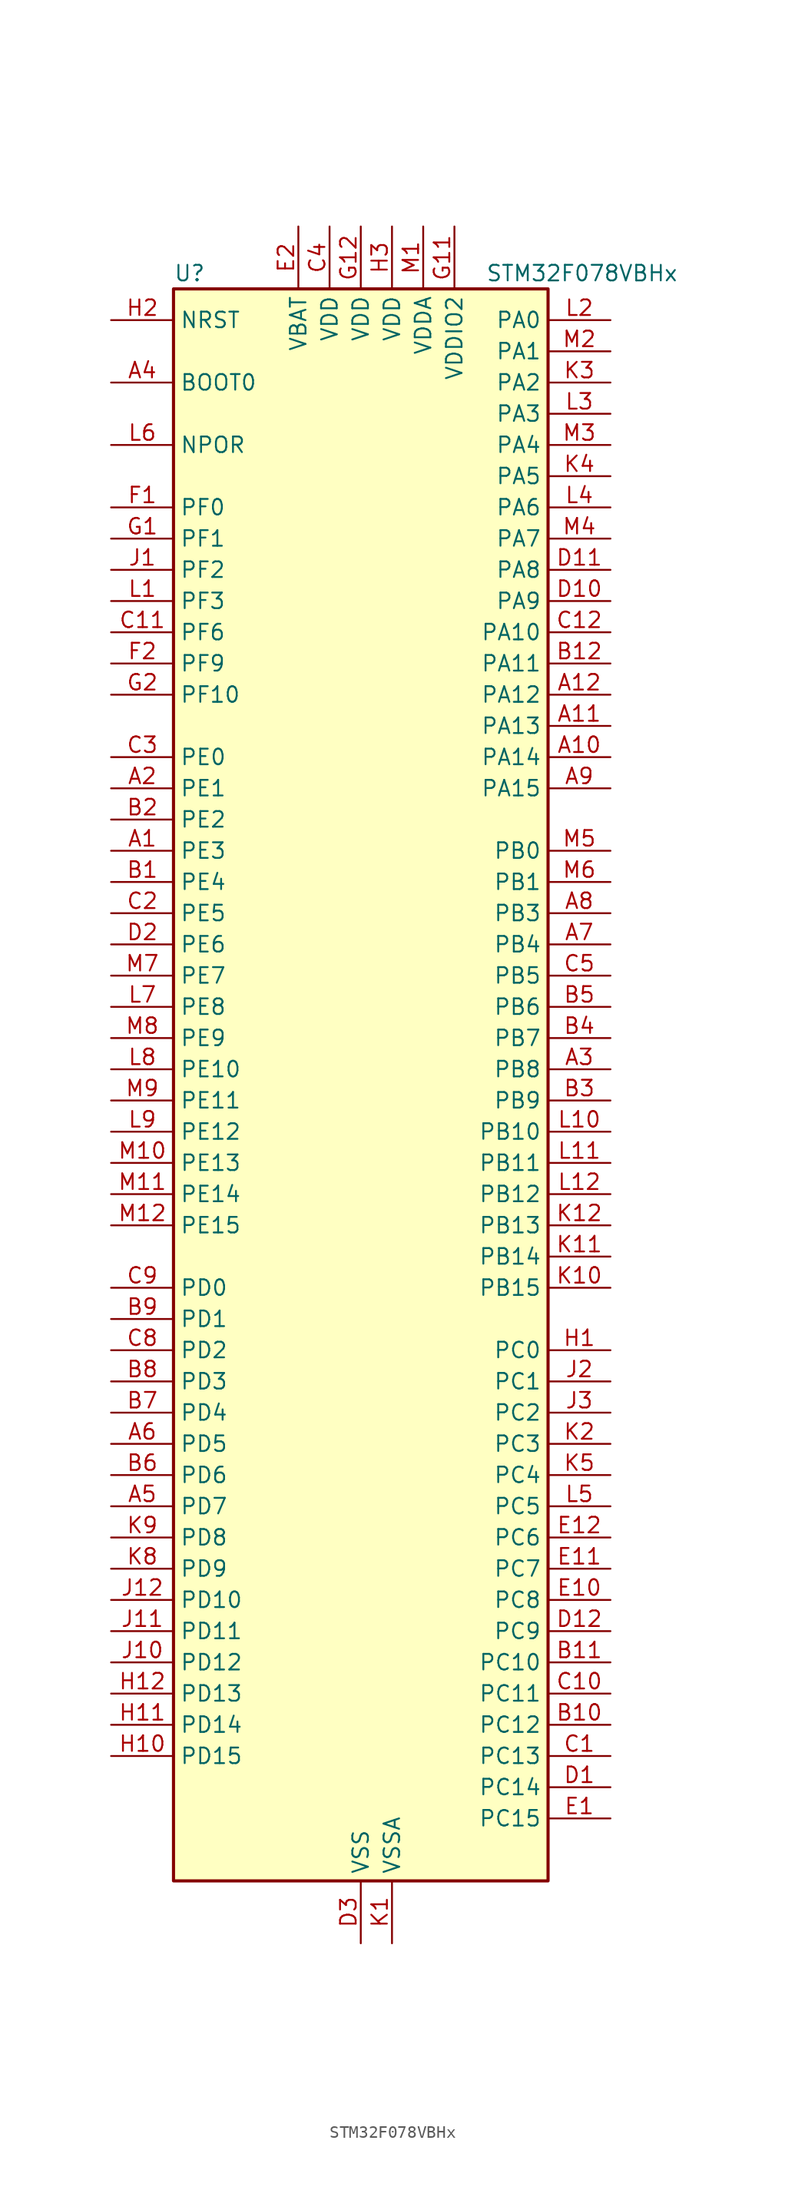
<source format=kicad_sym>
(kicad_symbol_lib
  (version 20231120)
  (generator "kicad_symbol_editor")
  (generator_version "8.0")
  (symbol "STM32F078VBHx"
    (property "Reference" "U"
      (at -15.24 67.31 0)
      (effects (font (size 1.27 1.27)) (justify left)))
    (property "Value" "STM32F078VBHx"
      (at 10.16 67.31 0)
      (effects (font (size 1.27 1.27)) (justify left)))
    (property "ki_locked" ""
      (at 0 0 0)
      (effects (font (size 1.27 1.27))))
    (symbol "STM32F078VBHx_0_1"
      (rectangle (start -15.24 -63.5) (end 15.24 66.04) (stroke (width 0.254) (type default)) (fill (type background))))
    (symbol "STM32F078VBHx_1_1"
      (pin bidirectional line (at -20.32 20.32 0) (length 5.08) (name "PE3" (effects (font (size 1.27 1.27)))) (number "A1" (effects (font (size 1.27 1.27)))) (alternate "TIM3_CH1" bidirectional line) (alternate "TSC_G7_IO2" bidirectional line))
      (pin bidirectional line (at 20.32 27.94 180) (length 5.08) (name "PA14" (effects (font (size 1.27 1.27)))) (number "A10" (effects (font (size 1.27 1.27)))) (alternate "SYS_SWCLK" bidirectional line) (alternate "USART2_TX" bidirectional line))
      (pin bidirectional line (at 20.32 30.48 180) (length 5.08) (name "PA13" (effects (font (size 1.27 1.27)))) (number "A11" (effects (font (size 1.27 1.27)))) (alternate "IR_OUT" bidirectional line) (alternate "SYS_SWDIO" bidirectional line) (alternate "USB_NOE" bidirectional line))
      (pin bidirectional line (at 20.32 33.02 180) (length 5.08) (name "PA12" (effects (font (size 1.27 1.27)))) (number "A12" (effects (font (size 1.27 1.27)))) (alternate "COMP2_OUT" bidirectional line) (alternate "TIM1_ETR" bidirectional line) (alternate "TSC_G4_IO4" bidirectional line) (alternate "USART1_DE" bidirectional line) (alternate "USART1_RTS" bidirectional line) (alternate "USB_DP" bidirectional line))
      (pin bidirectional line (at -20.32 25.4 0) (length 5.08) (name "PE1" (effects (font (size 1.27 1.27)))) (number "A2" (effects (font (size 1.27 1.27)))) (alternate "TIM17_CH1" bidirectional line))
      (pin bidirectional line (at 20.32 2.54 180) (length 5.08) (name "PB8" (effects (font (size 1.27 1.27)))) (number "A3" (effects (font (size 1.27 1.27)))) (alternate "CEC" bidirectional line) (alternate "I2C1_SCL" bidirectional line) (alternate "TIM16_CH1" bidirectional line) (alternate "TSC_SYNC" bidirectional line))
      (pin input line (at -20.32 58.42 0) (length 5.08) (name "BOOT0" (effects (font (size 1.27 1.27)))) (number "A4" (effects (font (size 1.27 1.27)))))
      (pin bidirectional line (at -20.32 -33.02 0) (length 5.08) (name "PD7" (effects (font (size 1.27 1.27)))) (number "A5" (effects (font (size 1.27 1.27)))) (alternate "USART2_CK" bidirectional line))
      (pin bidirectional line (at -20.32 -27.94 0) (length 5.08) (name "PD5" (effects (font (size 1.27 1.27)))) (number "A6" (effects (font (size 1.27 1.27)))) (alternate "USART2_TX" bidirectional line))
      (pin bidirectional line (at 20.32 12.7 180) (length 5.08) (name "PB4" (effects (font (size 1.27 1.27)))) (number "A7" (effects (font (size 1.27 1.27)))) (alternate "I2S1_MCK" bidirectional line) (alternate "SPI1_MISO" bidirectional line) (alternate "TIM17_BKIN" bidirectional line) (alternate "TIM3_CH1" bidirectional line) (alternate "TSC_G5_IO2" bidirectional line))
      (pin bidirectional line (at 20.32 15.24 180) (length 5.08) (name "PB3" (effects (font (size 1.27 1.27)))) (number "A8" (effects (font (size 1.27 1.27)))) (alternate "I2S1_CK" bidirectional line) (alternate "SPI1_SCK" bidirectional line) (alternate "TIM2_CH2" bidirectional line) (alternate "TSC_G5_IO1" bidirectional line))
      (pin bidirectional line (at 20.32 25.4 180) (length 5.08) (name "PA15" (effects (font (size 1.27 1.27)))) (number "A9" (effects (font (size 1.27 1.27)))) (alternate "I2S1_WS" bidirectional line) (alternate "SPI1_NSS" bidirectional line) (alternate "TIM2_CH1" bidirectional line) (alternate "TIM2_ETR" bidirectional line) (alternate "USART2_RX" bidirectional line) (alternate "USART4_DE" bidirectional line) (alternate "USART4_RTS" bidirectional line))
      (pin bidirectional line (at -20.32 17.78 0) (length 5.08) (name "PE4" (effects (font (size 1.27 1.27)))) (number "B1" (effects (font (size 1.27 1.27)))) (alternate "TIM3_CH2" bidirectional line) (alternate "TSC_G7_IO3" bidirectional line))
      (pin bidirectional line (at 20.32 -50.8 180) (length 5.08) (name "PC12" (effects (font (size 1.27 1.27)))) (number "B10" (effects (font (size 1.27 1.27)))) (alternate "USART3_CK" bidirectional line) (alternate "USART4_CK" bidirectional line))
      (pin bidirectional line (at 20.32 -45.72 180) (length 5.08) (name "PC10" (effects (font (size 1.27 1.27)))) (number "B11" (effects (font (size 1.27 1.27)))) (alternate "USART3_TX" bidirectional line) (alternate "USART4_TX" bidirectional line))
      (pin bidirectional line (at 20.32 35.56 180) (length 5.08) (name "PA11" (effects (font (size 1.27 1.27)))) (number "B12" (effects (font (size 1.27 1.27)))) (alternate "COMP1_OUT" bidirectional line) (alternate "TIM1_CH4" bidirectional line) (alternate "TSC_G4_IO3" bidirectional line) (alternate "USART1_CTS" bidirectional line) (alternate "USB_DM" bidirectional line))
      (pin bidirectional line (at -20.32 22.86 0) (length 5.08) (name "PE2" (effects (font (size 1.27 1.27)))) (number "B2" (effects (font (size 1.27 1.27)))) (alternate "TIM3_ETR" bidirectional line) (alternate "TSC_G7_IO1" bidirectional line))
      (pin bidirectional line (at 20.32 0 180) (length 5.08) (name "PB9" (effects (font (size 1.27 1.27)))) (number "B3" (effects (font (size 1.27 1.27)))) (alternate "DAC_EXTI9" bidirectional line) (alternate "I2C1_SDA" bidirectional line) (alternate "I2S2_WS" bidirectional line) (alternate "IR_OUT" bidirectional line) (alternate "SPI2_NSS" bidirectional line) (alternate "TIM17_CH1" bidirectional line))
      (pin bidirectional line (at 20.32 5.08 180) (length 5.08) (name "PB7" (effects (font (size 1.27 1.27)))) (number "B4" (effects (font (size 1.27 1.27)))) (alternate "I2C1_SDA" bidirectional line) (alternate "TIM17_CH1N" bidirectional line) (alternate "TSC_G5_IO4" bidirectional line) (alternate "USART1_RX" bidirectional line) (alternate "USART4_CTS" bidirectional line))
      (pin bidirectional line (at 20.32 7.62 180) (length 5.08) (name "PB6" (effects (font (size 1.27 1.27)))) (number "B5" (effects (font (size 1.27 1.27)))) (alternate "I2C1_SCL" bidirectional line) (alternate "TIM16_CH1N" bidirectional line) (alternate "TSC_G5_IO3" bidirectional line) (alternate "USART1_TX" bidirectional line))
      (pin bidirectional line (at -20.32 -30.48 0) (length 5.08) (name "PD6" (effects (font (size 1.27 1.27)))) (number "B6" (effects (font (size 1.27 1.27)))) (alternate "USART2_RX" bidirectional line))
      (pin bidirectional line (at -20.32 -25.4 0) (length 5.08) (name "PD4" (effects (font (size 1.27 1.27)))) (number "B7" (effects (font (size 1.27 1.27)))) (alternate "I2S2_SD" bidirectional line) (alternate "SPI2_MOSI" bidirectional line) (alternate "USART2_DE" bidirectional line) (alternate "USART2_RTS" bidirectional line))
      (pin bidirectional line (at -20.32 -22.86 0) (length 5.08) (name "PD3" (effects (font (size 1.27 1.27)))) (number "B8" (effects (font (size 1.27 1.27)))) (alternate "I2S2_MCK" bidirectional line) (alternate "SPI2_MISO" bidirectional line) (alternate "USART2_CTS" bidirectional line))
      (pin bidirectional line (at -20.32 -17.78 0) (length 5.08) (name "PD1" (effects (font (size 1.27 1.27)))) (number "B9" (effects (font (size 1.27 1.27)))) (alternate "I2S2_CK" bidirectional line) (alternate "SPI2_SCK" bidirectional line))
      (pin bidirectional line (at 20.32 -53.34 180) (length 5.08) (name "PC13" (effects (font (size 1.27 1.27)))) (number "C1" (effects (font (size 1.27 1.27)))) (alternate "RTC_OUT_ALARM" bidirectional line) (alternate "RTC_OUT_CALIB" bidirectional line) (alternate "RTC_TAMP1" bidirectional line) (alternate "RTC_TS" bidirectional line) (alternate "SYS_WKUP2" bidirectional line))
      (pin bidirectional line (at 20.32 -48.26 180) (length 5.08) (name "PC11" (effects (font (size 1.27 1.27)))) (number "C10" (effects (font (size 1.27 1.27)))) (alternate "USART3_RX" bidirectional line) (alternate "USART4_RX" bidirectional line))
      (pin bidirectional line (at -20.32 38.1 0) (length 5.08) (name "PF6" (effects (font (size 1.27 1.27)))) (number "C11" (effects (font (size 1.27 1.27)))))
      (pin bidirectional line (at 20.32 38.1 180) (length 5.08) (name "PA10" (effects (font (size 1.27 1.27)))) (number "C12" (effects (font (size 1.27 1.27)))) (alternate "TIM17_BKIN" bidirectional line) (alternate "TIM1_CH3" bidirectional line) (alternate "TSC_G4_IO2" bidirectional line) (alternate "USART1_RX" bidirectional line))
      (pin bidirectional line (at -20.32 15.24 0) (length 5.08) (name "PE5" (effects (font (size 1.27 1.27)))) (number "C2" (effects (font (size 1.27 1.27)))) (alternate "TIM3_CH3" bidirectional line) (alternate "TSC_G7_IO4" bidirectional line))
      (pin bidirectional line (at -20.32 27.94 0) (length 5.08) (name "PE0" (effects (font (size 1.27 1.27)))) (number "C3" (effects (font (size 1.27 1.27)))) (alternate "TIM16_CH1" bidirectional line))
      (pin power_in line (at -2.54 71.12 270) (length 5.08) (name "VDD" (effects (font (size 1.27 1.27)))) (number "C4" (effects (font (size 1.27 1.27)))))
      (pin bidirectional line (at 20.32 10.16 180) (length 5.08) (name "PB5" (effects (font (size 1.27 1.27)))) (number "C5" (effects (font (size 1.27 1.27)))) (alternate "I2C1_SMBA" bidirectional line) (alternate "I2S1_SD" bidirectional line) (alternate "SPI1_MOSI" bidirectional line) (alternate "SYS_WKUP6" bidirectional line) (alternate "TIM16_BKIN" bidirectional line) (alternate "TIM3_CH2" bidirectional line))
      (pin bidirectional line (at -20.32 -20.32 0) (length 5.08) (name "PD2" (effects (font (size 1.27 1.27)))) (number "C8" (effects (font (size 1.27 1.27)))) (alternate "TIM3_ETR" bidirectional line) (alternate "USART3_DE" bidirectional line) (alternate "USART3_RTS" bidirectional line))
      (pin bidirectional line (at -20.32 -15.24 0) (length 5.08) (name "PD0" (effects (font (size 1.27 1.27)))) (number "C9" (effects (font (size 1.27 1.27)))) (alternate "I2S2_WS" bidirectional line) (alternate "SPI2_NSS" bidirectional line))
      (pin bidirectional line (at 20.32 -55.88 180) (length 5.08) (name "PC14" (effects (font (size 1.27 1.27)))) (number "D1" (effects (font (size 1.27 1.27)))) (alternate "RCC_OSC32_IN" bidirectional line))
      (pin bidirectional line (at 20.32 40.64 180) (length 5.08) (name "PA9" (effects (font (size 1.27 1.27)))) (number "D10" (effects (font (size 1.27 1.27)))) (alternate "DAC_EXTI9" bidirectional line) (alternate "TIM15_BKIN" bidirectional line) (alternate "TIM1_CH2" bidirectional line) (alternate "TSC_G4_IO1" bidirectional line) (alternate "USART1_TX" bidirectional line))
      (pin bidirectional line (at 20.32 43.18 180) (length 5.08) (name "PA8" (effects (font (size 1.27 1.27)))) (number "D11" (effects (font (size 1.27 1.27)))) (alternate "CRS_SYNC" bidirectional line) (alternate "RCC_MCO" bidirectional line) (alternate "TIM1_CH1" bidirectional line) (alternate "USART1_CK" bidirectional line))
      (pin bidirectional line (at 20.32 -43.18 180) (length 5.08) (name "PC9" (effects (font (size 1.27 1.27)))) (number "D12" (effects (font (size 1.27 1.27)))) (alternate "DAC_EXTI9" bidirectional line) (alternate "TIM3_CH4" bidirectional line))
      (pin bidirectional line (at -20.32 12.7 0) (length 5.08) (name "PE6" (effects (font (size 1.27 1.27)))) (number "D2" (effects (font (size 1.27 1.27)))) (alternate "RTC_TAMP3" bidirectional line) (alternate "SYS_WKUP3" bidirectional line) (alternate "TIM3_CH4" bidirectional line))
      (pin power_in line (at 0 -68.58 90) (length 5.08) (name "VSS" (effects (font (size 1.27 1.27)))) (number "D3" (effects (font (size 1.27 1.27)))))
      (pin bidirectional line (at 20.32 -58.42 180) (length 5.08) (name "PC15" (effects (font (size 1.27 1.27)))) (number "E1" (effects (font (size 1.27 1.27)))) (alternate "RCC_OSC32_OUT" bidirectional line))
      (pin bidirectional line (at 20.32 -40.64 180) (length 5.08) (name "PC8" (effects (font (size 1.27 1.27)))) (number "E10" (effects (font (size 1.27 1.27)))) (alternate "TIM3_CH3" bidirectional line))
      (pin bidirectional line (at 20.32 -38.1 180) (length 5.08) (name "PC7" (effects (font (size 1.27 1.27)))) (number "E11" (effects (font (size 1.27 1.27)))) (alternate "TIM3_CH2" bidirectional line))
      (pin bidirectional line (at 20.32 -35.56 180) (length 5.08) (name "PC6" (effects (font (size 1.27 1.27)))) (number "E12" (effects (font (size 1.27 1.27)))) (alternate "TIM3_CH1" bidirectional line))
      (pin power_in line (at -5.08 71.12 270) (length 5.08) (name "VBAT" (effects (font (size 1.27 1.27)))) (number "E2" (effects (font (size 1.27 1.27)))))
      (pin no_connect line (at -15.24 -63.5 0) (length 5.08) hide (name "NC" (effects (font (size 1.27 1.27)))) (number "E3" (effects (font (size 1.27 1.27)))))
      (pin bidirectional line (at -20.32 48.26 0) (length 5.08) (name "PF0" (effects (font (size 1.27 1.27)))) (number "F1" (effects (font (size 1.27 1.27)))) (alternate "CRS_SYNC" bidirectional line) (alternate "RCC_OSC_IN" bidirectional line))
      (pin passive line (at 0 -68.58 90) (length 5.08) hide (name "VSS" (effects (font (size 1.27 1.27)))) (number "F11" (effects (font (size 1.27 1.27)))))
      (pin passive line (at 0 -68.58 90) (length 5.08) hide (name "VSS" (effects (font (size 1.27 1.27)))) (number "F12" (effects (font (size 1.27 1.27)))))
      (pin bidirectional line (at -20.32 35.56 0) (length 5.08) (name "PF9" (effects (font (size 1.27 1.27)))) (number "F2" (effects (font (size 1.27 1.27)))) (alternate "DAC_EXTI9" bidirectional line) (alternate "TIM15_CH1" bidirectional line))
      (pin bidirectional line (at -20.32 45.72 0) (length 5.08) (name "PF1" (effects (font (size 1.27 1.27)))) (number "G1" (effects (font (size 1.27 1.27)))) (alternate "RCC_OSC_OUT" bidirectional line))
      (pin power_in line (at 7.62 71.12 270) (length 5.08) (name "VDDIO2" (effects (font (size 1.27 1.27)))) (number "G11" (effects (font (size 1.27 1.27)))))
      (pin power_in line (at 0 71.12 270) (length 5.08) (name "VDD" (effects (font (size 1.27 1.27)))) (number "G12" (effects (font (size 1.27 1.27)))))
      (pin bidirectional line (at -20.32 33.02 0) (length 5.08) (name "PF10" (effects (font (size 1.27 1.27)))) (number "G2" (effects (font (size 1.27 1.27)))) (alternate "TIM15_CH2" bidirectional line))
      (pin bidirectional line (at 20.32 -20.32 180) (length 5.08) (name "PC0" (effects (font (size 1.27 1.27)))) (number "H1" (effects (font (size 1.27 1.27)))) (alternate "ADC_IN10" bidirectional line))
      (pin bidirectional line (at -20.32 -53.34 0) (length 5.08) (name "PD15" (effects (font (size 1.27 1.27)))) (number "H10" (effects (font (size 1.27 1.27)))) (alternate "CRS_SYNC" bidirectional line) (alternate "TSC_G8_IO4" bidirectional line))
      (pin bidirectional line (at -20.32 -50.8 0) (length 5.08) (name "PD14" (effects (font (size 1.27 1.27)))) (number "H11" (effects (font (size 1.27 1.27)))) (alternate "TSC_G8_IO3" bidirectional line))
      (pin bidirectional line (at -20.32 -48.26 0) (length 5.08) (name "PD13" (effects (font (size 1.27 1.27)))) (number "H12" (effects (font (size 1.27 1.27)))) (alternate "TSC_G8_IO2" bidirectional line))
      (pin input line (at -20.32 63.5 0) (length 5.08) (name "NRST" (effects (font (size 1.27 1.27)))) (number "H2" (effects (font (size 1.27 1.27)))))
      (pin power_in line (at 2.54 71.12 270) (length 5.08) (name "VDD" (effects (font (size 1.27 1.27)))) (number "H3" (effects (font (size 1.27 1.27)))))
      (pin bidirectional line (at -20.32 43.18 0) (length 5.08) (name "PF2" (effects (font (size 1.27 1.27)))) (number "J1" (effects (font (size 1.27 1.27)))) (alternate "SYS_WKUP8" bidirectional line))
      (pin bidirectional line (at -20.32 -45.72 0) (length 5.08) (name "PD12" (effects (font (size 1.27 1.27)))) (number "J10" (effects (font (size 1.27 1.27)))) (alternate "TSC_G8_IO1" bidirectional line) (alternate "USART3_DE" bidirectional line) (alternate "USART3_RTS" bidirectional line))
      (pin bidirectional line (at -20.32 -43.18 0) (length 5.08) (name "PD11" (effects (font (size 1.27 1.27)))) (number "J11" (effects (font (size 1.27 1.27)))) (alternate "USART3_CTS" bidirectional line))
      (pin bidirectional line (at -20.32 -40.64 0) (length 5.08) (name "PD10" (effects (font (size 1.27 1.27)))) (number "J12" (effects (font (size 1.27 1.27)))) (alternate "USART3_CK" bidirectional line))
      (pin bidirectional line (at 20.32 -22.86 180) (length 5.08) (name "PC1" (effects (font (size 1.27 1.27)))) (number "J2" (effects (font (size 1.27 1.27)))) (alternate "ADC_IN11" bidirectional line))
      (pin bidirectional line (at 20.32 -25.4 180) (length 5.08) (name "PC2" (effects (font (size 1.27 1.27)))) (number "J3" (effects (font (size 1.27 1.27)))) (alternate "ADC_IN12" bidirectional line) (alternate "I2S2_MCK" bidirectional line) (alternate "SPI2_MISO" bidirectional line))
      (pin power_in line (at 2.54 -68.58 90) (length 5.08) (name "VSSA" (effects (font (size 1.27 1.27)))) (number "K1" (effects (font (size 1.27 1.27)))))
      (pin bidirectional line (at 20.32 -15.24 180) (length 5.08) (name "PB15" (effects (font (size 1.27 1.27)))) (number "K10" (effects (font (size 1.27 1.27)))) (alternate "I2S2_SD" bidirectional line) (alternate "RTC_REFIN" bidirectional line) (alternate "SPI2_MOSI" bidirectional line) (alternate "SYS_WKUP7" bidirectional line) (alternate "TIM15_CH1N" bidirectional line) (alternate "TIM15_CH2" bidirectional line) (alternate "TIM1_CH3N" bidirectional line))
      (pin bidirectional line (at 20.32 -12.7 180) (length 5.08) (name "PB14" (effects (font (size 1.27 1.27)))) (number "K11" (effects (font (size 1.27 1.27)))) (alternate "I2C2_SDA" bidirectional line) (alternate "I2S2_MCK" bidirectional line) (alternate "SPI2_MISO" bidirectional line) (alternate "TIM15_CH1" bidirectional line) (alternate "TIM1_CH2N" bidirectional line) (alternate "TSC_G6_IO4" bidirectional line) (alternate "USART3_DE" bidirectional line) (alternate "USART3_RTS" bidirectional line))
      (pin bidirectional line (at 20.32 -10.16 180) (length 5.08) (name "PB13" (effects (font (size 1.27 1.27)))) (number "K12" (effects (font (size 1.27 1.27)))) (alternate "I2C2_SCL" bidirectional line) (alternate "I2S2_CK" bidirectional line) (alternate "SPI2_SCK" bidirectional line) (alternate "TIM1_CH1N" bidirectional line) (alternate "TSC_G6_IO3" bidirectional line) (alternate "USART3_CTS" bidirectional line))
      (pin bidirectional line (at 20.32 -27.94 180) (length 5.08) (name "PC3" (effects (font (size 1.27 1.27)))) (number "K2" (effects (font (size 1.27 1.27)))) (alternate "ADC_IN13" bidirectional line) (alternate "I2S2_SD" bidirectional line) (alternate "SPI2_MOSI" bidirectional line))
      (pin bidirectional line (at 20.32 58.42 180) (length 5.08) (name "PA2" (effects (font (size 1.27 1.27)))) (number "K3" (effects (font (size 1.27 1.27)))) (alternate "ADC_IN2" bidirectional line) (alternate "COMP2_INM" bidirectional line) (alternate "COMP2_OUT" bidirectional line) (alternate "SYS_WKUP4" bidirectional line) (alternate "TIM15_CH1" bidirectional line) (alternate "TIM2_CH3" bidirectional line) (alternate "TSC_G1_IO3" bidirectional line) (alternate "USART2_TX" bidirectional line))
      (pin bidirectional line (at 20.32 50.8 180) (length 5.08) (name "PA5" (effects (font (size 1.27 1.27)))) (number "K4" (effects (font (size 1.27 1.27)))) (alternate "ADC_IN5" bidirectional line) (alternate "CEC" bidirectional line) (alternate "COMP1_INM" bidirectional line) (alternate "COMP2_INM" bidirectional line) (alternate "DAC_OUT2" bidirectional line) (alternate "I2S1_CK" bidirectional line) (alternate "SPI1_SCK" bidirectional line) (alternate "TIM2_CH1" bidirectional line) (alternate "TIM2_ETR" bidirectional line) (alternate "TSC_G2_IO2" bidirectional line))
      (pin bidirectional line (at 20.32 -30.48 180) (length 5.08) (name "PC4" (effects (font (size 1.27 1.27)))) (number "K5" (effects (font (size 1.27 1.27)))) (alternate "ADC_IN14" bidirectional line) (alternate "USART3_TX" bidirectional line))
      (pin bidirectional line (at -20.32 -38.1 0) (length 5.08) (name "PD9" (effects (font (size 1.27 1.27)))) (number "K8" (effects (font (size 1.27 1.27)))) (alternate "DAC_EXTI9" bidirectional line) (alternate "USART3_RX" bidirectional line))
      (pin bidirectional line (at -20.32 -35.56 0) (length 5.08) (name "PD8" (effects (font (size 1.27 1.27)))) (number "K9" (effects (font (size 1.27 1.27)))) (alternate "USART3_TX" bidirectional line))
      (pin bidirectional line (at -20.32 40.64 0) (length 5.08) (name "PF3" (effects (font (size 1.27 1.27)))) (number "L1" (effects (font (size 1.27 1.27)))))
      (pin bidirectional line (at 20.32 -2.54 180) (length 5.08) (name "PB10" (effects (font (size 1.27 1.27)))) (number "L10" (effects (font (size 1.27 1.27)))) (alternate "CEC" bidirectional line) (alternate "I2C2_SCL" bidirectional line) (alternate "I2S2_CK" bidirectional line) (alternate "SPI2_SCK" bidirectional line) (alternate "TIM2_CH3" bidirectional line) (alternate "TSC_SYNC" bidirectional line) (alternate "USART3_TX" bidirectional line))
      (pin bidirectional line (at 20.32 -5.08 180) (length 5.08) (name "PB11" (effects (font (size 1.27 1.27)))) (number "L11" (effects (font (size 1.27 1.27)))) (alternate "I2C2_SDA" bidirectional line) (alternate "TIM2_CH4" bidirectional line) (alternate "TSC_G6_IO1" bidirectional line) (alternate "USART3_RX" bidirectional line))
      (pin bidirectional line (at 20.32 -7.62 180) (length 5.08) (name "PB12" (effects (font (size 1.27 1.27)))) (number "L12" (effects (font (size 1.27 1.27)))) (alternate "I2S2_WS" bidirectional line) (alternate "SPI2_NSS" bidirectional line) (alternate "TIM15_BKIN" bidirectional line) (alternate "TIM1_BKIN" bidirectional line) (alternate "TSC_G6_IO2" bidirectional line) (alternate "USART3_CK" bidirectional line))
      (pin bidirectional line (at 20.32 63.5 180) (length 5.08) (name "PA0" (effects (font (size 1.27 1.27)))) (number "L2" (effects (font (size 1.27 1.27)))) (alternate "ADC_IN0" bidirectional line) (alternate "COMP1_INM" bidirectional line) (alternate "COMP1_OUT" bidirectional line) (alternate "RTC_TAMP2" bidirectional line) (alternate "SYS_WKUP1" bidirectional line) (alternate "TIM2_CH1" bidirectional line) (alternate "TIM2_ETR" bidirectional line) (alternate "TSC_G1_IO1" bidirectional line) (alternate "USART2_CTS" bidirectional line) (alternate "USART4_TX" bidirectional line))
      (pin bidirectional line (at 20.32 55.88 180) (length 5.08) (name "PA3" (effects (font (size 1.27 1.27)))) (number "L3" (effects (font (size 1.27 1.27)))) (alternate "ADC_IN3" bidirectional line) (alternate "COMP2_INP" bidirectional line) (alternate "TIM15_CH2" bidirectional line) (alternate "TIM2_CH4" bidirectional line) (alternate "TSC_G1_IO4" bidirectional line) (alternate "USART2_RX" bidirectional line))
      (pin bidirectional line (at 20.32 48.26 180) (length 5.08) (name "PA6" (effects (font (size 1.27 1.27)))) (number "L4" (effects (font (size 1.27 1.27)))) (alternate "ADC_IN6" bidirectional line) (alternate "COMP1_OUT" bidirectional line) (alternate "I2S1_MCK" bidirectional line) (alternate "SPI1_MISO" bidirectional line) (alternate "TIM16_CH1" bidirectional line) (alternate "TIM1_BKIN" bidirectional line) (alternate "TIM3_CH1" bidirectional line) (alternate "TSC_G2_IO3" bidirectional line) (alternate "USART3_CTS" bidirectional line))
      (pin bidirectional line (at 20.32 -33.02 180) (length 5.08) (name "PC5" (effects (font (size 1.27 1.27)))) (number "L5" (effects (font (size 1.27 1.27)))) (alternate "ADC_IN15" bidirectional line) (alternate "SYS_WKUP5" bidirectional line) (alternate "TSC_G3_IO1" bidirectional line) (alternate "USART3_RX" bidirectional line))
      (pin input line (at -20.32 53.34 0) (length 5.08) (name "NPOR" (effects (font (size 1.27 1.27)))) (number "L6" (effects (font (size 1.27 1.27)))))
      (pin bidirectional line (at -20.32 7.62 0) (length 5.08) (name "PE8" (effects (font (size 1.27 1.27)))) (number "L7" (effects (font (size 1.27 1.27)))) (alternate "TIM1_CH1N" bidirectional line))
      (pin bidirectional line (at -20.32 2.54 0) (length 5.08) (name "PE10" (effects (font (size 1.27 1.27)))) (number "L8" (effects (font (size 1.27 1.27)))) (alternate "TIM1_CH2N" bidirectional line))
      (pin bidirectional line (at -20.32 -2.54 0) (length 5.08) (name "PE12" (effects (font (size 1.27 1.27)))) (number "L9" (effects (font (size 1.27 1.27)))) (alternate "I2S1_WS" bidirectional line) (alternate "SPI1_NSS" bidirectional line) (alternate "TIM1_CH3N" bidirectional line))
      (pin power_in line (at 5.08 71.12 270) (length 5.08) (name "VDDA" (effects (font (size 1.27 1.27)))) (number "M1" (effects (font (size 1.27 1.27)))))
      (pin bidirectional line (at -20.32 -5.08 0) (length 5.08) (name "PE13" (effects (font (size 1.27 1.27)))) (number "M10" (effects (font (size 1.27 1.27)))) (alternate "I2S1_CK" bidirectional line) (alternate "SPI1_SCK" bidirectional line) (alternate "TIM1_CH3" bidirectional line))
      (pin bidirectional line (at -20.32 -7.62 0) (length 5.08) (name "PE14" (effects (font (size 1.27 1.27)))) (number "M11" (effects (font (size 1.27 1.27)))) (alternate "I2S1_MCK" bidirectional line) (alternate "SPI1_MISO" bidirectional line) (alternate "TIM1_CH4" bidirectional line))
      (pin bidirectional line (at -20.32 -10.16 0) (length 5.08) (name "PE15" (effects (font (size 1.27 1.27)))) (number "M12" (effects (font (size 1.27 1.27)))) (alternate "I2S1_SD" bidirectional line) (alternate "SPI1_MOSI" bidirectional line) (alternate "TIM1_BKIN" bidirectional line))
      (pin bidirectional line (at 20.32 60.96 180) (length 5.08) (name "PA1" (effects (font (size 1.27 1.27)))) (number "M2" (effects (font (size 1.27 1.27)))) (alternate "ADC_IN1" bidirectional line) (alternate "COMP1_INP" bidirectional line) (alternate "TIM15_CH1N" bidirectional line) (alternate "TIM2_CH2" bidirectional line) (alternate "TSC_G1_IO2" bidirectional line) (alternate "USART2_DE" bidirectional line) (alternate "USART2_RTS" bidirectional line) (alternate "USART4_RX" bidirectional line))
      (pin bidirectional line (at 20.32 53.34 180) (length 5.08) (name "PA4" (effects (font (size 1.27 1.27)))) (number "M3" (effects (font (size 1.27 1.27)))) (alternate "ADC_IN4" bidirectional line) (alternate "COMP1_INM" bidirectional line) (alternate "COMP2_INM" bidirectional line) (alternate "DAC_OUT1" bidirectional line) (alternate "I2S1_WS" bidirectional line) (alternate "SPI1_NSS" bidirectional line) (alternate "TIM14_CH1" bidirectional line) (alternate "TSC_G2_IO1" bidirectional line) (alternate "USART2_CK" bidirectional line))
      (pin bidirectional line (at 20.32 45.72 180) (length 5.08) (name "PA7" (effects (font (size 1.27 1.27)))) (number "M4" (effects (font (size 1.27 1.27)))) (alternate "ADC_IN7" bidirectional line) (alternate "COMP2_OUT" bidirectional line) (alternate "I2S1_SD" bidirectional line) (alternate "SPI1_MOSI" bidirectional line) (alternate "TIM14_CH1" bidirectional line) (alternate "TIM17_CH1" bidirectional line) (alternate "TIM1_CH1N" bidirectional line) (alternate "TIM3_CH2" bidirectional line) (alternate "TSC_G2_IO4" bidirectional line))
      (pin bidirectional line (at 20.32 20.32 180) (length 5.08) (name "PB0" (effects (font (size 1.27 1.27)))) (number "M5" (effects (font (size 1.27 1.27)))) (alternate "ADC_IN8" bidirectional line) (alternate "TIM1_CH2N" bidirectional line) (alternate "TIM3_CH3" bidirectional line) (alternate "TSC_G3_IO2" bidirectional line) (alternate "USART3_CK" bidirectional line))
      (pin bidirectional line (at 20.32 17.78 180) (length 5.08) (name "PB1" (effects (font (size 1.27 1.27)))) (number "M6" (effects (font (size 1.27 1.27)))) (alternate "ADC_IN9" bidirectional line) (alternate "TIM14_CH1" bidirectional line) (alternate "TIM1_CH3N" bidirectional line) (alternate "TIM3_CH4" bidirectional line) (alternate "TSC_G3_IO3" bidirectional line) (alternate "USART3_DE" bidirectional line) (alternate "USART3_RTS" bidirectional line))
      (pin bidirectional line (at -20.32 10.16 0) (length 5.08) (name "PE7" (effects (font (size 1.27 1.27)))) (number "M7" (effects (font (size 1.27 1.27)))) (alternate "TIM1_ETR" bidirectional line))
      (pin bidirectional line (at -20.32 5.08 0) (length 5.08) (name "PE9" (effects (font (size 1.27 1.27)))) (number "M8" (effects (font (size 1.27 1.27)))) (alternate "DAC_EXTI9" bidirectional line) (alternate "TIM1_CH1" bidirectional line))
      (pin bidirectional line (at -20.32 0 0) (length 5.08) (name "PE11" (effects (font (size 1.27 1.27)))) (number "M9" (effects (font (size 1.27 1.27)))) (alternate "TIM1_CH2" bidirectional line)))))
</source>
